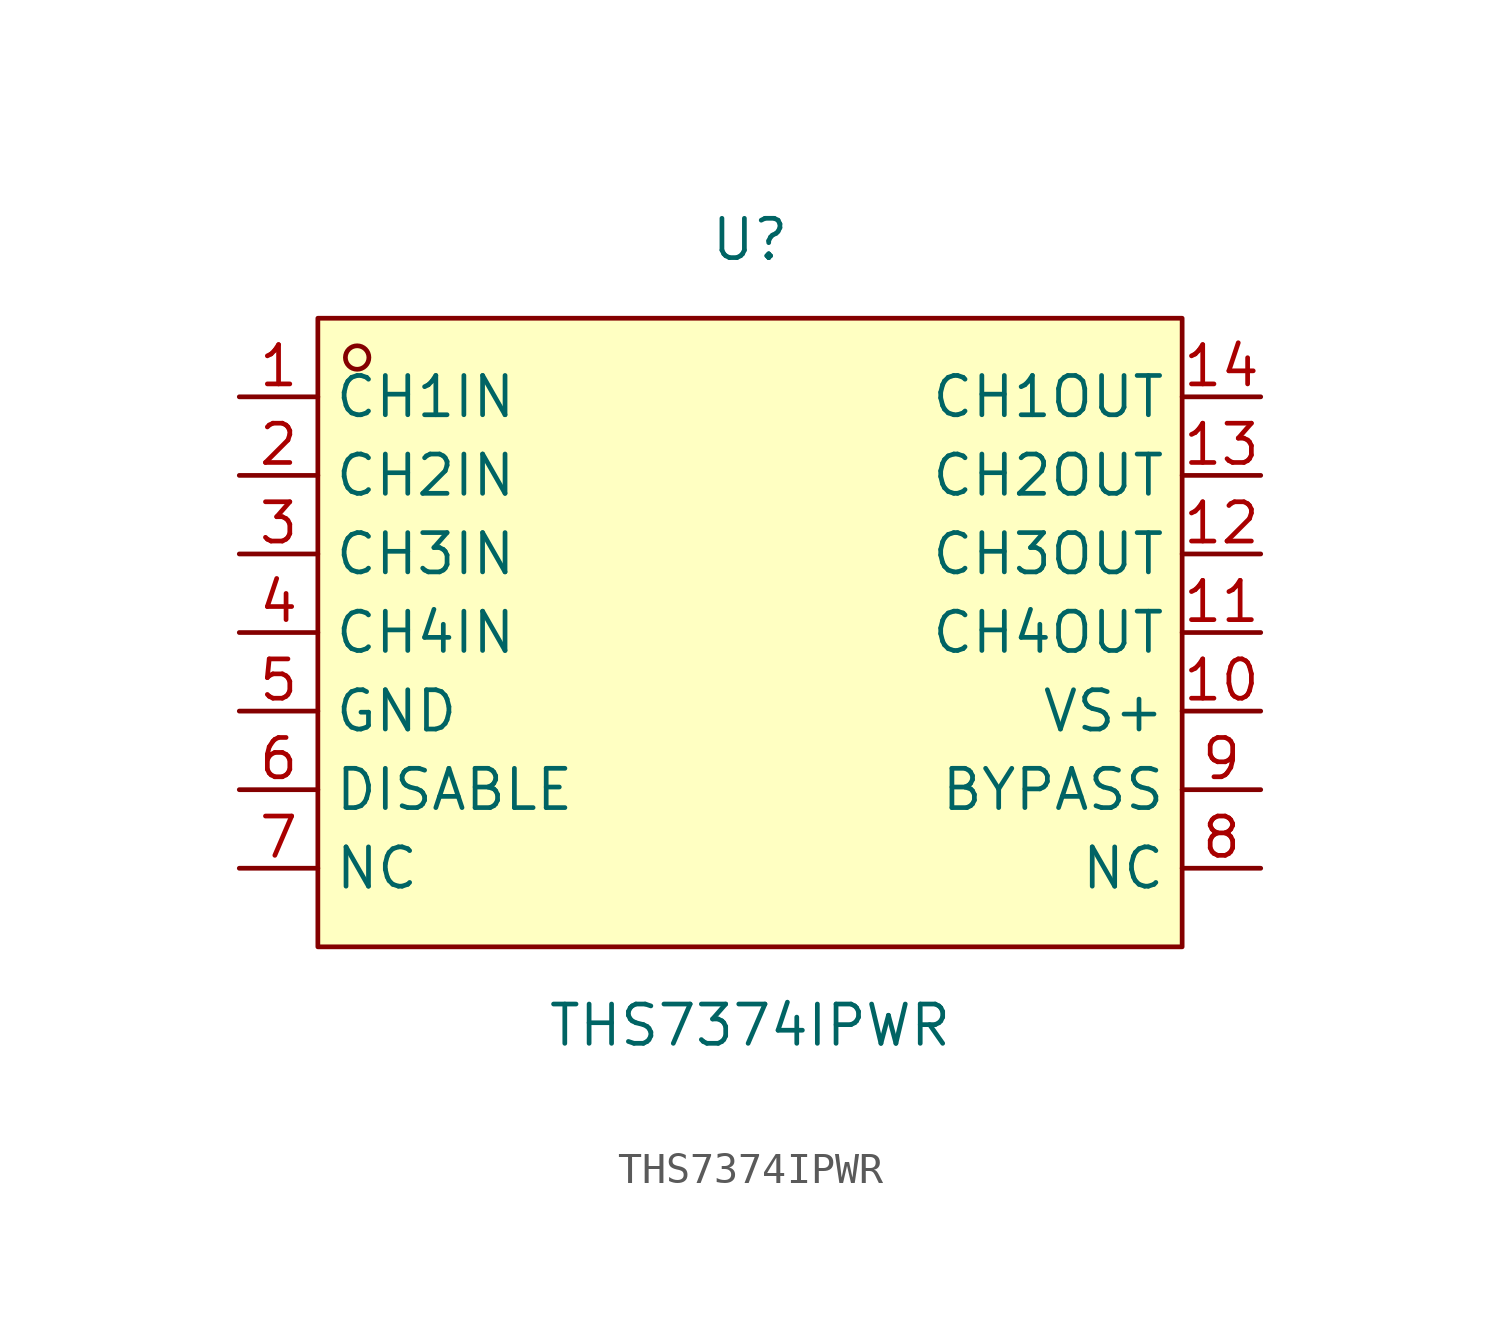
<source format=kicad_sym>
(kicad_symbol_lib
  (version 20220914)
  (generator kicad_symbol_editor)
  (symbol "THS7374IPWR"
    (property "Reference" "U"
      (at 0 12.7 0)
      (effects (font (size 1.27 1.27))))
    (property "Value" "THS7374IPWR"
      (at 0 -12.7 0)
      (effects (font (size 1.27 1.27))))
    (symbol "THS7374IPWR_0_1"
      (rectangle (start -13.97 10.16) (end 13.97 -10.16) (stroke (width 0) (type default)) (fill (type background)))
      (circle (center -12.7 8.89) (radius 0.38) (stroke (width 0) (type default)) (fill (type none)))
      (pin unspecified line (at -16.51 7.62 0) (length 2.54) (name "CH1IN" (effects (font (size 1.27 1.27)))) (number "1" (effects (font (size 1.27 1.27)))))
      (pin unspecified line (at 16.51 -2.54 180) (length 2.54) (name "VS+" (effects (font (size 1.27 1.27)))) (number "10" (effects (font (size 1.27 1.27)))))
      (pin unspecified line (at 16.51 0 180) (length 2.54) (name "CH4OUT" (effects (font (size 1.27 1.27)))) (number "11" (effects (font (size 1.27 1.27)))))
      (pin unspecified line (at 16.51 2.54 180) (length 2.54) (name "CH3OUT" (effects (font (size 1.27 1.27)))) (number "12" (effects (font (size 1.27 1.27)))))
      (pin unspecified line (at 16.51 5.08 180) (length 2.54) (name "CH2OUT" (effects (font (size 1.27 1.27)))) (number "13" (effects (font (size 1.27 1.27)))))
      (pin unspecified line (at 16.51 7.62 180) (length 2.54) (name "CH1OUT" (effects (font (size 1.27 1.27)))) (number "14" (effects (font (size 1.27 1.27)))))
      (pin unspecified line (at -16.51 5.08 0) (length 2.54) (name "CH2IN" (effects (font (size 1.27 1.27)))) (number "2" (effects (font (size 1.27 1.27)))))
      (pin unspecified line (at -16.51 2.54 0) (length 2.54) (name "CH3IN" (effects (font (size 1.27 1.27)))) (number "3" (effects (font (size 1.27 1.27)))))
      (pin unspecified line (at -16.51 0 0) (length 2.54) (name "CH4IN" (effects (font (size 1.27 1.27)))) (number "4" (effects (font (size 1.27 1.27)))))
      (pin unspecified line (at -16.51 -2.54 0) (length 2.54) (name "GND" (effects (font (size 1.27 1.27)))) (number "5" (effects (font (size 1.27 1.27)))))
      (pin unspecified line (at -16.51 -5.08 0) (length 2.54) (name "DISABLE" (effects (font (size 1.27 1.27)))) (number "6" (effects (font (size 1.27 1.27)))))
      (pin unspecified line (at -16.51 -7.62 0) (length 2.54) (name "NC" (effects (font (size 1.27 1.27)))) (number "7" (effects (font (size 1.27 1.27)))))
      (pin unspecified line (at 16.51 -7.62 180) (length 2.54) (name "NC" (effects (font (size 1.27 1.27)))) (number "8" (effects (font (size 1.27 1.27)))))
      (pin unspecified line (at 16.51 -5.08 180) (length 2.54) (name "BYPASS" (effects (font (size 1.27 1.27)))) (number "9" (effects (font (size 1.27 1.27))))))))
</source>
